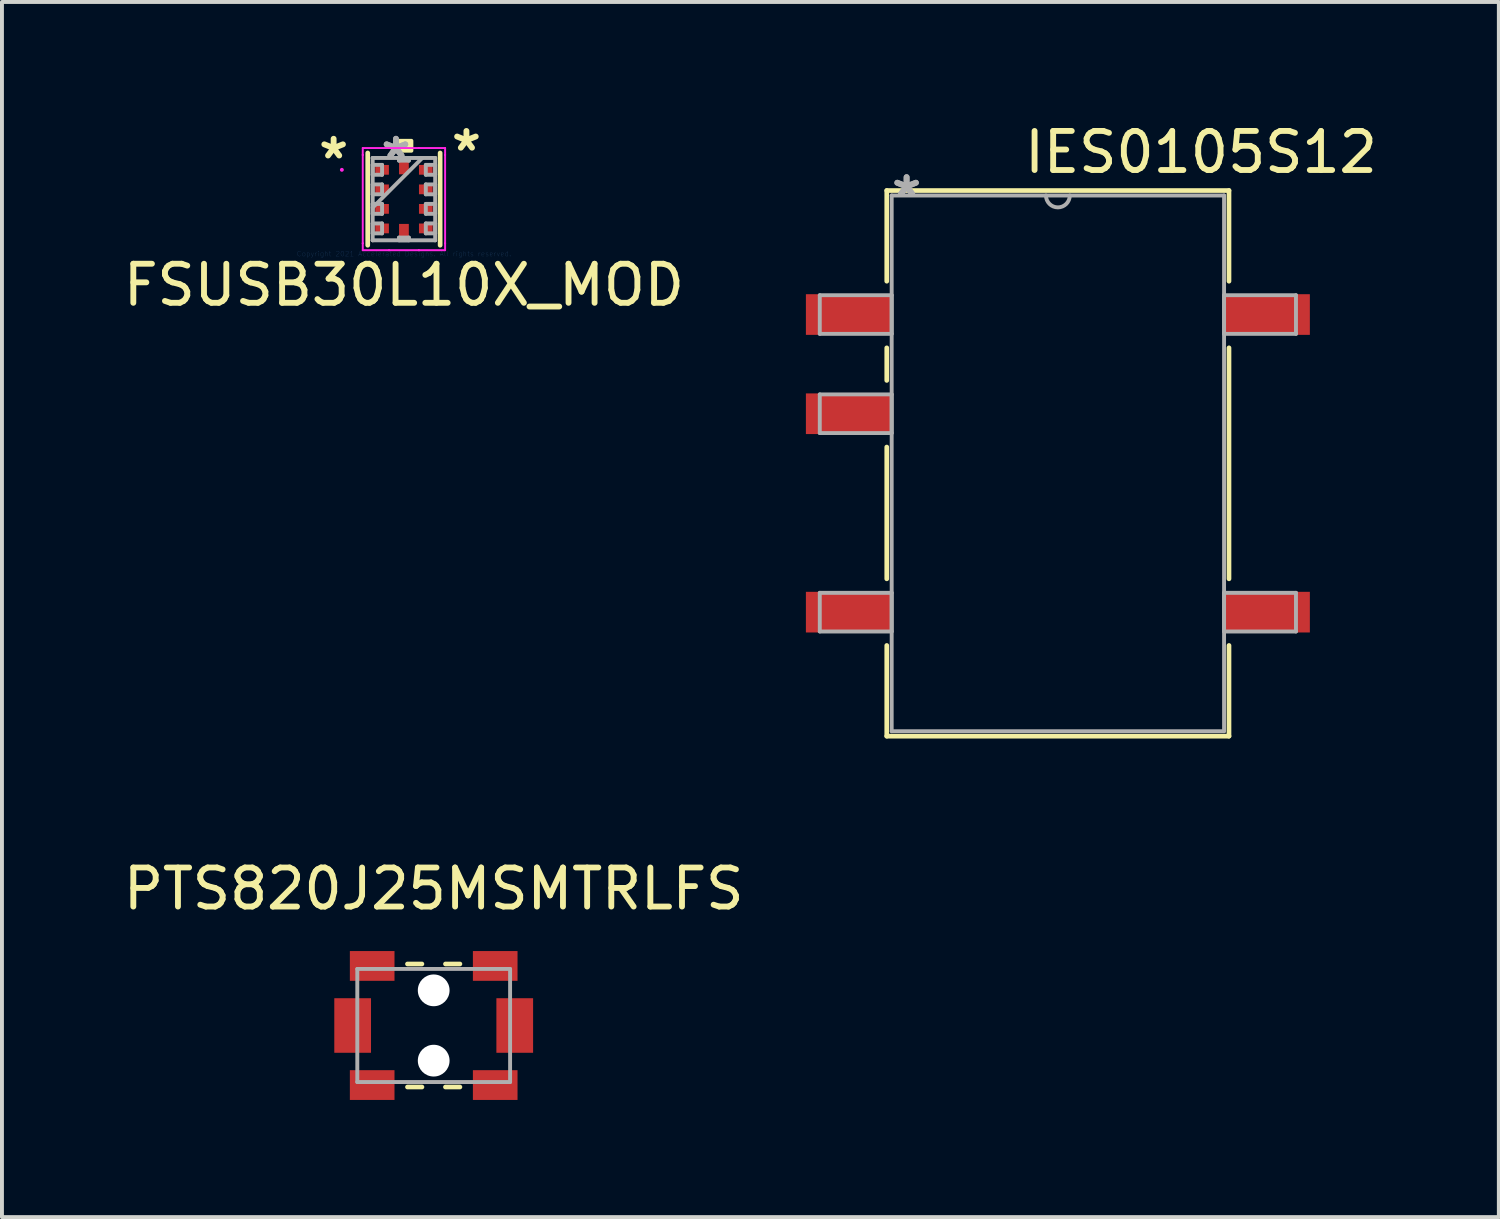
<source format=kicad_pcb>
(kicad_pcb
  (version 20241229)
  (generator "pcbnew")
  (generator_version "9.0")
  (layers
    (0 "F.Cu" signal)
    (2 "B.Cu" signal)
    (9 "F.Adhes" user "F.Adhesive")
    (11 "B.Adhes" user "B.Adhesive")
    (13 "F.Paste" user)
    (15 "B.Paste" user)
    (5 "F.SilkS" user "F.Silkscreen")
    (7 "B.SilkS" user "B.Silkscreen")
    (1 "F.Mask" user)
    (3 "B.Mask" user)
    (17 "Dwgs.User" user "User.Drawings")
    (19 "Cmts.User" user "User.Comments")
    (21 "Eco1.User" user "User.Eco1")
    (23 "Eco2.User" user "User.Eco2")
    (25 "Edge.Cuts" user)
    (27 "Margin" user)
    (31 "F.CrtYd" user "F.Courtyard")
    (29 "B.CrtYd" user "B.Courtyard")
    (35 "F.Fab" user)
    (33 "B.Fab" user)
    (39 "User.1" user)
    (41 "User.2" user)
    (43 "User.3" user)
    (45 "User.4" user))
  (footprint "FSUSB30L10X_MOD"
    (layer "F.Cu")
    (at 7.292 2.048)
    (property "Reference" "FSUSB30L10X_MOD" (at 0 2.2 0) (layer "F.SilkS") (effects (font (size 1 1) (thickness 0.15))))
    (attr through_hole)
    (fp_line (start -0.927 -1.181) (end -0.927 1.181) (stroke (width 0.12) (type solid)) (layer "F.SilkS"))
    (fp_line (start 0.927 1.181) (end 0.927 -1.181) (stroke (width 0.12) (type solid)) (layer "F.SilkS"))
    (fp_poly (pts (xy -0.191 -1.239) (xy -0.191 -1.493) (xy 0.191 -1.493) (xy 0.191 -1.239)) (stroke (width 0.1) (type solid)) (fill yes) (layer "F.SilkS"))
    (fp_line (start -1.054 -1.308) (end -0.381 -1.308) (stroke (width 0.05) (type solid)) (layer "F.CrtYd"))
    (fp_line (start -1.054 -1.131) (end -1.054 -1.308) (stroke (width 0.05) (type solid)) (layer "F.CrtYd"))
    (fp_line (start -1.054 -1.131) (end -1.054 -1.131) (stroke (width 0.05) (type solid)) (layer "F.CrtYd"))
    (fp_line (start -1.054 1.131) (end -1.054 -1.131) (stroke (width 0.05) (type solid)) (layer "F.CrtYd"))
    (fp_line (start -1.054 1.131) (end -1.054 1.131) (stroke (width 0.05) (type solid)) (layer "F.CrtYd"))
    (fp_line (start -1.054 1.308) (end -1.054 1.131) (stroke (width 0.05) (type solid)) (layer "F.CrtYd"))
    (fp_line (start -0.381 -1.308) (end -0.381 -1.308) (stroke (width 0.05) (type solid)) (layer "F.CrtYd"))
    (fp_line (start -0.381 -1.308) (end 0.381 -1.308) (stroke (width 0.05) (type solid)) (layer "F.CrtYd"))
    (fp_line (start -0.381 1.308) (end -1.054 1.308) (stroke (width 0.05) (type solid)) (layer "F.CrtYd"))
    (fp_line (start -0.381 1.308) (end -0.381 1.308) (stroke (width 0.05) (type solid)) (layer "F.CrtYd"))
    (fp_line (start 0.381 -1.308) (end 0.381 -1.308) (stroke (width 0.05) (type solid)) (layer "F.CrtYd"))
    (fp_line (start 0.381 -1.308) (end 1.054 -1.308) (stroke (width 0.05) (type solid)) (layer "F.CrtYd"))
    (fp_line (start 0.381 1.308) (end -0.381 1.308) (stroke (width 0.05) (type solid)) (layer "F.CrtYd"))
    (fp_line (start 0.381 1.308) (end 0.381 1.308) (stroke (width 0.05) (type solid)) (layer "F.CrtYd"))
    (fp_line (start 1.054 -1.308) (end 1.054 -1.131) (stroke (width 0.05) (type solid)) (layer "F.CrtYd"))
    (fp_line (start 1.054 -1.131) (end 1.054 -1.131) (stroke (width 0.05) (type solid)) (layer "F.CrtYd"))
    (fp_line (start 1.054 -1.131) (end 1.054 1.131) (stroke (width 0.05) (type solid)) (layer "F.CrtYd"))
    (fp_line (start 1.054 1.131) (end 1.054 1.131) (stroke (width 0.05) (type solid)) (layer "F.CrtYd"))
    (fp_line (start 1.054 1.131) (end 1.054 1.308) (stroke (width 0.05) (type solid)) (layer "F.CrtYd"))
    (fp_line (start 1.054 1.308) (end 0.381 1.308) (stroke (width 0.05) (type solid)) (layer "F.CrtYd"))
    (fp_circle (center -1.589 -0.75) (end -1.589 -0.75) (stroke (width 0.05) (type solid)) (fill no) (layer "F.CrtYd"))
    (fp_line (start -0.8 -1.054) (end -0.8 -1.054) (stroke (width 0.1) (type solid)) (layer "F.Fab"))
    (fp_line (start -0.8 -1.054) (end -0.8 1.054) (stroke (width 0.1) (type solid)) (layer "F.Fab"))
    (fp_line (start -0.8 -0.877) (end -0.56 -0.877) (stroke (width 0.1) (type solid)) (layer "F.Fab"))
    (fp_line (start -0.8 -0.623) (end -0.8 -0.877) (stroke (width 0.1) (type solid)) (layer "F.Fab"))
    (fp_line (start -0.8 -0.377) (end -0.56 -0.377) (stroke (width 0.1) (type solid)) (layer "F.Fab"))
    (fp_line (start -0.8 -0.123) (end -0.8 -0.377) (stroke (width 0.1) (type solid)) (layer "F.Fab"))
    (fp_line (start -0.8 0.123) (end -0.56 0.123) (stroke (width 0.1) (type solid)) (layer "F.Fab"))
    (fp_line (start -0.8 0.216) (end 0.47 -1.054) (stroke (width 0.1) (type solid)) (layer "F.Fab"))
    (fp_line (start -0.8 0.377) (end -0.8 0.123) (stroke (width 0.1) (type solid)) (layer "F.Fab"))
    (fp_line (start -0.8 0.623) (end -0.56 0.623) (stroke (width 0.1) (type solid)) (layer "F.Fab"))
    (fp_line (start -0.8 0.877) (end -0.8 0.623) (stroke (width 0.1) (type solid)) (layer "F.Fab"))
    (fp_line (start -0.8 1.054) (end -0.8 1.054) (stroke (width 0.1) (type solid)) (layer "F.Fab"))
    (fp_line (start -0.8 1.054) (end 0.8 1.054) (stroke (width 0.1) (type solid)) (layer "F.Fab"))
    (fp_line (start -0.56 -0.877) (end -0.56 -0.623) (stroke (width 0.1) (type solid)) (layer "F.Fab"))
    (fp_line (start -0.56 -0.623) (end -0.8 -0.623) (stroke (width 0.1) (type solid)) (layer "F.Fab"))
    (fp_line (start -0.56 -0.377) (end -0.56 -0.123) (stroke (width 0.1) (type solid)) (layer "F.Fab"))
    (fp_line (start -0.56 -0.123) (end -0.8 -0.123) (stroke (width 0.1) (type solid)) (layer "F.Fab"))
    (fp_line (start -0.56 0.123) (end -0.56 0.377) (stroke (width 0.1) (type solid)) (layer "F.Fab"))
    (fp_line (start -0.56 0.377) (end -0.8 0.377) (stroke (width 0.1) (type solid)) (layer "F.Fab"))
    (fp_line (start -0.56 0.623) (end -0.56 0.877) (stroke (width 0.1) (type solid)) (layer "F.Fab"))
    (fp_line (start -0.56 0.877) (end -0.8 0.877) (stroke (width 0.1) (type solid)) (layer "F.Fab"))
    (fp_line (start -0.127 -1.054) (end 0.127 -1.054) (stroke (width 0.1) (type solid)) (layer "F.Fab"))
    (fp_line (start -0.127 -0.985) (end -0.127 -1.054) (stroke (width 0.1) (type solid)) (layer "F.Fab"))
    (fp_line (start -0.127 0.985) (end 0.127 0.985) (stroke (width 0.1) (type solid)) (layer "F.Fab"))
    (fp_line (start -0.127 1.054) (end -0.127 0.985) (stroke (width 0.1) (type solid)) (layer "F.Fab"))
    (fp_line (start 0.127 -1.054) (end 0.127 -0.985) (stroke (width 0.1) (type solid)) (layer "F.Fab"))
    (fp_line (start 0.127 -0.985) (end -0.127 -0.985) (stroke (width 0.1) (type solid)) (layer "F.Fab"))
    (fp_line (start 0.127 0.985) (end 0.127 1.054) (stroke (width 0.1) (type solid)) (layer "F.Fab"))
    (fp_line (start 0.127 1.054) (end -0.127 1.054) (stroke (width 0.1) (type solid)) (layer "F.Fab"))
    (fp_line (start 0.56 -0.877) (end 0.8 -0.877) (stroke (width 0.1) (type solid)) (layer "F.Fab"))
    (fp_line (start 0.56 -0.623) (end 0.56 -0.877) (stroke (width 0.1) (type solid)) (layer "F.Fab"))
    (fp_line (start 0.56 -0.377) (end 0.8 -0.377) (stroke (width 0.1) (type solid)) (layer "F.Fab"))
    (fp_line (start 0.56 -0.123) (end 0.56 -0.377) (stroke (width 0.1) (type solid)) (layer "F.Fab"))
    (fp_line (start 0.56 0.123) (end 0.8 0.123) (stroke (width 0.1) (type solid)) (layer "F.Fab"))
    (fp_line (start 0.56 0.377) (end 0.56 0.123) (stroke (width 0.1) (type solid)) (layer "F.Fab"))
    (fp_line (start 0.56 0.623) (end 0.8 0.623) (stroke (width 0.1) (type solid)) (layer "F.Fab"))
    (fp_line (start 0.56 0.877) (end 0.56 0.623) (stroke (width 0.1) (type solid)) (layer "F.Fab"))
    (fp_line (start 0.8 -1.054) (end -0.8 -1.054) (stroke (width 0.1) (type solid)) (layer "F.Fab"))
    (fp_line (start 0.8 -1.054) (end 0.8 -1.054) (stroke (width 0.1) (type solid)) (layer "F.Fab"))
    (fp_line (start 0.8 -0.877) (end 0.8 -0.623) (stroke (width 0.1) (type solid)) (layer "F.Fab"))
    (fp_line (start 0.8 -0.623) (end 0.56 -0.623) (stroke (width 0.1) (type solid)) (layer "F.Fab"))
    (fp_line (start 0.8 -0.377) (end 0.8 -0.123) (stroke (width 0.1) (type solid)) (layer "F.Fab"))
    (fp_line (start 0.8 -0.123) (end 0.56 -0.123) (stroke (width 0.1) (type solid)) (layer "F.Fab"))
    (fp_line (start 0.8 0.123) (end 0.8 0.377) (stroke (width 0.1) (type solid)) (layer "F.Fab"))
    (fp_line (start 0.8 0.377) (end 0.56 0.377) (stroke (width 0.1) (type solid)) (layer "F.Fab"))
    (fp_line (start 0.8 0.623) (end 0.8 0.877) (stroke (width 0.1) (type solid)) (layer "F.Fab"))
    (fp_line (start 0.8 0.877) (end 0.56 0.877) (stroke (width 0.1) (type solid)) (layer "F.Fab"))
    (fp_line (start 0.8 1.054) (end 0.8 -1.054) (stroke (width 0.1) (type solid)) (layer "F.Fab"))
    (fp_line (start 0.8 1.054) (end 0.8 1.054) (stroke (width 0.1) (type solid)) (layer "F.Fab"))
    (fp_text user "*" (at -1.8 -1 0) (layer "F.SilkS") (effects (font (size 1 1) (thickness 0.15))))
    (fp_text user "*" (at 1.6 -1.2 0) (layer "F.SilkS") (effects (font (size 1 1) (thickness 0.15))))
    (fp_text user "Copyright 2021 Accelerated Designs. All rights reserved." (at 0 1.4 0) (layer "Cmts.User") (effects (font (size 0.127 0.127) (thickness 0.002))))
    (fp_text user "*" (at -0.204 -1 0) (layer "F.Fab") (effects (font (size 1 1) (thickness 0.15))))
    (fp_text user "*" (at -0.204 -1 0) (layer "F.Fab") (effects (font (size 1 1) (thickness 0.15))))
    (pad "1" smd rect (at -0.56 -0.75 90) (size 0.25 0.35) (layers "F.Cu" "F.Mask" "F.Paste"))
    (pad "2" smd rect (at -0.56 -0.25 90) (size 0.25 0.35) (layers "F.Cu" "F.Mask" "F.Paste"))
    (pad "3" smd rect (at -0.56 0.25 90) (size 0.25 0.35) (layers "F.Cu" "F.Mask" "F.Paste"))
    (pad "4" smd rect (at -0.56 0.75 90) (size 0.25 0.35) (layers "F.Cu" "F.Mask" "F.Paste"))
    (pad "5" smd rect (at 0 0.81) (size 0.25 0.35) (layers "F.Cu" "F.Mask" "F.Paste"))
    (pad "6" smd rect (at 0.56 0.75 90) (size 0.25 0.35) (layers "F.Cu" "F.Mask" "F.Paste"))
    (pad "7" smd rect (at 0.56 0.25 90) (size 0.25 0.35) (layers "F.Cu" "F.Mask" "F.Paste"))
    (pad "8" smd rect (at 0.56 -0.25 90) (size 0.25 0.35) (layers "F.Cu" "F.Mask" "F.Paste"))
    (pad "9" smd rect (at 0.56 -0.75 90) (size 0.25 0.35) (layers "F.Cu" "F.Mask" "F.Paste"))
    (pad "10" smd rect (at 0 -0.81) (size 0.25 0.35) (layers "F.Cu" "F.Mask" "F.Paste")))
  (footprint "IES0105S12"
    (layer "F.Cu")
    (at 24.035 8.813)
    (property "Reference" "IES0105S12" (at 3.665 -7.965 0) (layer "F.SilkS") (effects (font (size 1 1) (thickness 0.15))))
    (attr through_hole)
    (fp_line (start -4.381 -6.985) (end -4.381 -4.663) (stroke (width 0.12) (type solid)) (layer "F.SilkS"))
    (fp_line (start -4.381 -2.957) (end -4.381 -2.123) (stroke (width 0.12) (type solid)) (layer "F.SilkS"))
    (fp_line (start -4.381 -0.417) (end -4.381 2.957) (stroke (width 0.12) (type solid)) (layer "F.SilkS"))
    (fp_line (start -4.381 4.663) (end -4.381 6.985) (stroke (width 0.12) (type solid)) (layer "F.SilkS"))
    (fp_line (start -4.381 6.985) (end 4.381 6.985) (stroke (width 0.12) (type solid)) (layer "F.SilkS"))
    (fp_line (start 4.381 -6.985) (end -4.381 -6.985) (stroke (width 0.12) (type solid)) (layer "F.SilkS"))
    (fp_line (start 4.381 -4.663) (end 4.381 -6.985) (stroke (width 0.12) (type solid)) (layer "F.SilkS"))
    (fp_line (start 4.381 2.957) (end 4.381 -2.957) (stroke (width 0.12) (type solid)) (layer "F.SilkS"))
    (fp_line (start 4.381 6.985) (end 4.381 4.663) (stroke (width 0.12) (type solid)) (layer "F.SilkS"))
    (fp_line (start -6.096 -4.305) (end -6.096 -3.315) (stroke (width 0.1) (type solid)) (layer "F.Fab"))
    (fp_line (start -6.096 -3.315) (end -4.255 -3.315) (stroke (width 0.1) (type solid)) (layer "F.Fab"))
    (fp_line (start -6.096 -1.765) (end -6.096 -0.775) (stroke (width 0.1) (type solid)) (layer "F.Fab"))
    (fp_line (start -6.096 -0.775) (end -4.255 -0.775) (stroke (width 0.1) (type solid)) (layer "F.Fab"))
    (fp_line (start -6.096 3.315) (end -6.096 4.305) (stroke (width 0.1) (type solid)) (layer "F.Fab"))
    (fp_line (start -6.096 4.305) (end -4.255 4.305) (stroke (width 0.1) (type solid)) (layer "F.Fab"))
    (fp_line (start -4.255 -6.858) (end -4.255 6.858) (stroke (width 0.1) (type solid)) (layer "F.Fab"))
    (fp_line (start -4.255 -4.305) (end -6.096 -4.305) (stroke (width 0.1) (type solid)) (layer "F.Fab"))
    (fp_line (start -4.255 -3.315) (end -4.255 -4.305) (stroke (width 0.1) (type solid)) (layer "F.Fab"))
    (fp_line (start -4.255 -1.765) (end -6.096 -1.765) (stroke (width 0.1) (type solid)) (layer "F.Fab"))
    (fp_line (start -4.255 -0.775) (end -4.255 -1.765) (stroke (width 0.1) (type solid)) (layer "F.Fab"))
    (fp_line (start -4.255 3.315) (end -6.096 3.315) (stroke (width 0.1) (type solid)) (layer "F.Fab"))
    (fp_line (start -4.255 4.305) (end -4.255 3.315) (stroke (width 0.1) (type solid)) (layer "F.Fab"))
    (fp_line (start -4.255 6.858) (end 4.255 6.858) (stroke (width 0.1) (type solid)) (layer "F.Fab"))
    (fp_line (start 4.255 -6.858) (end -4.255 -6.858) (stroke (width 0.1) (type solid)) (layer "F.Fab"))
    (fp_line (start 4.255 -4.305) (end 4.255 -3.315) (stroke (width 0.1) (type solid)) (layer "F.Fab"))
    (fp_line (start 4.255 -3.315) (end 6.096 -3.315) (stroke (width 0.1) (type solid)) (layer "F.Fab"))
    (fp_line (start 4.255 3.315) (end 4.255 4.305) (stroke (width 0.1) (type solid)) (layer "F.Fab"))
    (fp_line (start 4.255 4.305) (end 6.096 4.305) (stroke (width 0.1) (type solid)) (layer "F.Fab"))
    (fp_line (start 4.255 6.858) (end 4.255 -6.858) (stroke (width 0.1) (type solid)) (layer "F.Fab"))
    (fp_line (start 6.096 -4.305) (end 4.255 -4.305) (stroke (width 0.1) (type solid)) (layer "F.Fab"))
    (fp_line (start 6.096 -3.315) (end 6.096 -4.305) (stroke (width 0.1) (type solid)) (layer "F.Fab"))
    (fp_line (start 6.096 3.315) (end 4.255 3.315) (stroke (width 0.1) (type solid)) (layer "F.Fab"))
    (fp_line (start 6.096 4.305) (end 6.096 3.315) (stroke (width 0.1) (type solid)) (layer "F.Fab"))
    (fp_arc (start 0.3048 -6.858) (mid 0 -6.5532) (end -0.3048 -6.858) (stroke (width 0.1) (type solid)) (layer "F.Fab"))
    (fp_text user "*" (at -3.873 -6.782 0) (layer "F.Fab") (effects (font (size 1 1) (thickness 0.15))))
    (fp_text user "*" (at -3.873 -6.782 0) (layer "F.Fab") (effects (font (size 1 1) (thickness 0.15))))
    (pad "1" smd rect (at -5.353 -3.81) (size 2.197 1.041) (layers "F.Cu" "F.Mask" "F.Paste"))
    (pad "2" smd rect (at -5.353 -1.27) (size 2.197 1.041) (layers "F.Cu" "F.Mask" "F.Paste"))
    (pad "4" smd rect (at -5.353 3.81) (size 2.197 1.041) (layers "F.Cu" "F.Mask" "F.Paste"))
    (pad "5" smd rect (at 5.353 3.81) (size 2.197 1.041) (layers "F.Cu" "F.Mask" "F.Paste"))
    (pad "8" smd rect (at 5.353 -3.81) (size 2.197 1.041) (layers "F.Cu" "F.Mask" "F.Paste")))
  (footprint "PTS820J25MSMTRLFS"
    (layer "F.Cu")
    (at 8.054 23.206)
    (property "Reference" "PTS820J25MSMTRLFS" (at 0 -3.5 180) (layer "F.SilkS") (effects (font (size 1 1) (thickness 0.15))))
    (attr through_hole)
    (fp_line (start -0.671 1.575) (end -0.301 1.575) (stroke (width 0.12) (type solid)) (layer "F.SilkS"))
    (fp_line (start -0.302 -1.575) (end -0.671 -1.575) (stroke (width 0.12) (type solid)) (layer "F.SilkS"))
    (fp_line (start 0.301 1.575) (end 0.671 1.575) (stroke (width 0.12) (type solid)) (layer "F.SilkS"))
    (fp_line (start 0.671 -1.575) (end 0.302 -1.575) (stroke (width 0.12) (type solid)) (layer "F.SilkS"))
    (fp_line (start -1.956 -1.448) (end -1.956 1.448) (stroke (width 0.1) (type solid)) (layer "F.Fab"))
    (fp_line (start -1.956 1.448) (end 1.956 1.448) (stroke (width 0.1) (type solid)) (layer "F.Fab"))
    (fp_line (start 1.956 -1.448) (end -1.956 -1.448) (stroke (width 0.1) (type solid)) (layer "F.Fab"))
    (fp_line (start 1.956 1.448) (end 1.956 -1.448) (stroke (width 0.1) (type solid)) (layer "F.Fab"))
    (pad "" smd rect (at -1.575 1.525 90) (size 0.762 1.143) (layers "F.Cu" "F.Mask" "F.Paste"))
    (pad "" smd rect (at -1.575 -1.525 90) (size 0.762 1.143) (layers "F.Cu" "F.Mask" "F.Paste"))
    (pad "" np_thru_hole circle (at 0 -0.9) (size 0.813 0.813) (drill 0.813) (layers "*.Cu" "*.Mask"))
    (pad "" np_thru_hole circle (at 0 0.9) (size 0.813 0.813) (drill 0.813) (layers "*.Cu" "*.Mask"))
    (pad "" smd rect (at 1.575 -1.525 90) (size 0.762 1.143) (layers "F.Cu" "F.Mask" "F.Paste"))
    (pad "" smd rect (at 1.575 1.525 90) (size 0.762 1.143) (layers "F.Cu" "F.Mask" "F.Paste"))
    (pad "1" smd rect (at -2.075 0) (size 0.94 1.397) (layers "F.Cu" "F.Mask" "F.Paste"))
    (pad "2" smd rect (at 2.075 0) (size 0.94 1.397) (layers "F.Cu" "F.Mask" "F.Paste")))
  (gr_rect
    (start -3 -3)
    (end 35.325 28.112)
    (stroke (width 0.1) (type default))
    (fill no)
    (layer "Edge.Cuts")))
</source>
